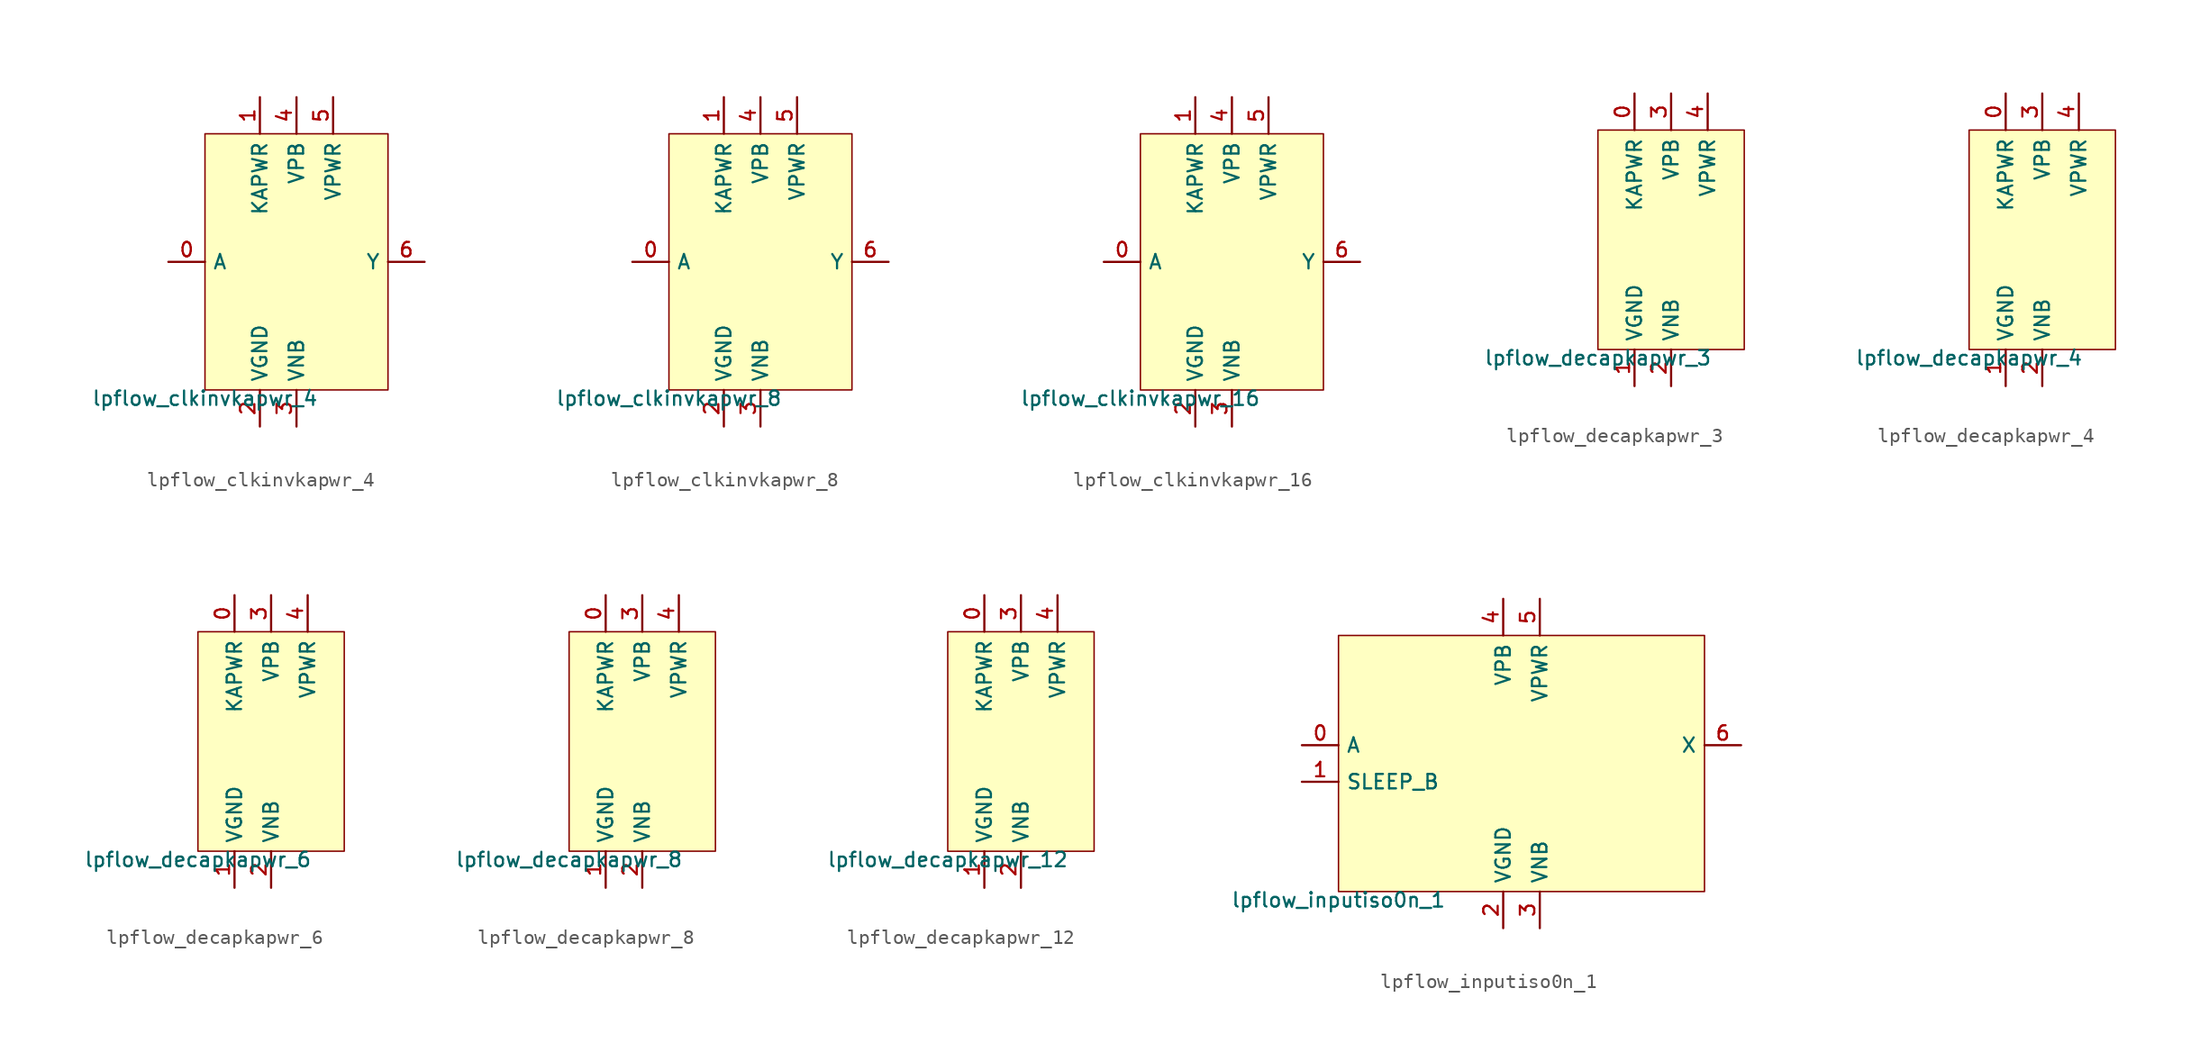
<source format=kicad_sym>
(kicad_symbol_lib
  (version 20211014)
  (generator pdk2kicad)
  (symbol "lpflow_clkinvkapwr_4"
    (property "Reference" "X"
      (at 0 0 0)
      (effects (font (size 1 1)) hide))
    (property "Value" "lpflow_clkinvkapwr_4"
      (at -6.35 -8.89 0)
      (effects (font (size 1 1)) (justify top)))
    (rectangle
      (start -6.35 -8.89)
      (end 6.35 8.89)
      (stroke (width 0.1) (type solid) (color 0 0 0 0))
      (fill (type background)))
    (pin input line
      (at -8.89 8.881784197001252e-16 0)
      (length 2.54)
      (name "A" (effects (font (size 1 1)) hide))
      (number "0" (effects (font (size 1 1)) hide)))
    (pin power_in line
      (at -2.54 11.43 270)
      (length 2.54)
      (name "KAPWR" (effects (font (size 1 1)) hide))
      (number "1" (effects (font (size 1 1)) hide)))
    (pin power_in line
      (at -2.54 -11.43 90)
      (length 2.54)
      (name "VGND" (effects (font (size 1 1)) hide))
      (number "2" (effects (font (size 1 1)) hide)))
    (pin power_in line
      (at 4.440892098500626e-16 -11.43 90)
      (length 2.54)
      (name "VNB" (effects (font (size 1 1)) hide))
      (number "3" (effects (font (size 1 1)) hide)))
    (pin power_in line
      (at 4.440892098500626e-16 11.43 270)
      (length 2.54)
      (name "VPB" (effects (font (size 1 1)) hide))
      (number "4" (effects (font (size 1 1)) hide)))
    (pin power_in line
      (at 2.54 11.43 270)
      (length 2.54)
      (name "VPWR" (effects (font (size 1 1)) hide))
      (number "5" (effects (font (size 1 1)) hide)))
    (pin output line
      (at 8.89 8.881784197001252e-16 180)
      (length 2.54)
      (name "Y" (effects (font (size 1 1)) hide))
      (number "6" (effects (font (size 1 1)) hide))))
  (symbol "lpflow_clkinvkapwr_8"
    (property "Reference" "X"
      (at 0 0 0)
      (effects (font (size 1 1)) hide))
    (property "Value" "lpflow_clkinvkapwr_8"
      (at -6.35 -8.89 0)
      (effects (font (size 1 1)) (justify top)))
    (rectangle
      (start -6.35 -8.89)
      (end 6.35 8.89)
      (stroke (width 0.1) (type solid) (color 0 0 0 0))
      (fill (type background)))
    (pin input line
      (at -8.89 8.881784197001252e-16 0)
      (length 2.54)
      (name "A" (effects (font (size 1 1)) hide))
      (number "0" (effects (font (size 1 1)) hide)))
    (pin power_in line
      (at -2.54 11.43 270)
      (length 2.54)
      (name "KAPWR" (effects (font (size 1 1)) hide))
      (number "1" (effects (font (size 1 1)) hide)))
    (pin power_in line
      (at -2.54 -11.43 90)
      (length 2.54)
      (name "VGND" (effects (font (size 1 1)) hide))
      (number "2" (effects (font (size 1 1)) hide)))
    (pin power_in line
      (at 4.440892098500626e-16 -11.43 90)
      (length 2.54)
      (name "VNB" (effects (font (size 1 1)) hide))
      (number "3" (effects (font (size 1 1)) hide)))
    (pin power_in line
      (at 4.440892098500626e-16 11.43 270)
      (length 2.54)
      (name "VPB" (effects (font (size 1 1)) hide))
      (number "4" (effects (font (size 1 1)) hide)))
    (pin power_in line
      (at 2.54 11.43 270)
      (length 2.54)
      (name "VPWR" (effects (font (size 1 1)) hide))
      (number "5" (effects (font (size 1 1)) hide)))
    (pin output line
      (at 8.89 8.881784197001252e-16 180)
      (length 2.54)
      (name "Y" (effects (font (size 1 1)) hide))
      (number "6" (effects (font (size 1 1)) hide))))
  (symbol "lpflow_clkinvkapwr_16"
    (property "Reference" "X"
      (at 0 0 0)
      (effects (font (size 1 1)) hide))
    (property "Value" "lpflow_clkinvkapwr_16"
      (at -6.35 -8.89 0)
      (effects (font (size 1 1)) (justify top)))
    (rectangle
      (start -6.35 -8.89)
      (end 6.35 8.89)
      (stroke (width 0.1) (type solid) (color 0 0 0 0))
      (fill (type background)))
    (pin input line
      (at -8.89 8.881784197001252e-16 0)
      (length 2.54)
      (name "A" (effects (font (size 1 1)) hide))
      (number "0" (effects (font (size 1 1)) hide)))
    (pin power_in line
      (at -2.54 11.43 270)
      (length 2.54)
      (name "KAPWR" (effects (font (size 1 1)) hide))
      (number "1" (effects (font (size 1 1)) hide)))
    (pin power_in line
      (at -2.54 -11.43 90)
      (length 2.54)
      (name "VGND" (effects (font (size 1 1)) hide))
      (number "2" (effects (font (size 1 1)) hide)))
    (pin power_in line
      (at 4.440892098500626e-16 -11.43 90)
      (length 2.54)
      (name "VNB" (effects (font (size 1 1)) hide))
      (number "3" (effects (font (size 1 1)) hide)))
    (pin power_in line
      (at 4.440892098500626e-16 11.43 270)
      (length 2.54)
      (name "VPB" (effects (font (size 1 1)) hide))
      (number "4" (effects (font (size 1 1)) hide)))
    (pin power_in line
      (at 2.54 11.43 270)
      (length 2.54)
      (name "VPWR" (effects (font (size 1 1)) hide))
      (number "5" (effects (font (size 1 1)) hide)))
    (pin output line
      (at 8.89 8.881784197001252e-16 180)
      (length 2.54)
      (name "Y" (effects (font (size 1 1)) hide))
      (number "6" (effects (font (size 1 1)) hide))))
  (symbol "lpflow_decapkapwr_3"
    (property "Reference" "X"
      (at 0 0 0)
      (effects (font (size 1 1)) hide))
    (property "Value" "lpflow_decapkapwr_3"
      (at -5.08 -7.62 0)
      (effects (font (size 1 1)) (justify top)))
    (rectangle
      (start -5.08 -7.62)
      (end 5.08 7.62)
      (stroke (width 0.1) (type solid) (color 0 0 0 0))
      (fill (type background)))
    (pin power_in line
      (at -2.54 10.16 270)
      (length 2.54)
      (name "KAPWR" (effects (font (size 1 1)) hide))
      (number "0" (effects (font (size 1 1)) hide)))
    (pin power_in line
      (at -2.54 -10.16 90)
      (length 2.54)
      (name "VGND" (effects (font (size 1 1)) hide))
      (number "1" (effects (font (size 1 1)) hide)))
    (pin power_in line
      (at 0.0 -10.16 90)
      (length 2.54)
      (name "VNB" (effects (font (size 1 1)) hide))
      (number "2" (effects (font (size 1 1)) hide)))
    (pin power_in line
      (at 0.0 10.16 270)
      (length 2.54)
      (name "VPB" (effects (font (size 1 1)) hide))
      (number "3" (effects (font (size 1 1)) hide)))
    (pin power_in line
      (at 2.54 10.16 270)
      (length 2.54)
      (name "VPWR" (effects (font (size 1 1)) hide))
      (number "4" (effects (font (size 1 1)) hide))))
  (symbol "lpflow_decapkapwr_4"
    (property "Reference" "X"
      (at 0 0 0)
      (effects (font (size 1 1)) hide))
    (property "Value" "lpflow_decapkapwr_4"
      (at -5.08 -7.62 0)
      (effects (font (size 1 1)) (justify top)))
    (rectangle
      (start -5.08 -7.62)
      (end 5.08 7.62)
      (stroke (width 0.1) (type solid) (color 0 0 0 0))
      (fill (type background)))
    (pin power_in line
      (at -2.54 10.16 270)
      (length 2.54)
      (name "KAPWR" (effects (font (size 1 1)) hide))
      (number "0" (effects (font (size 1 1)) hide)))
    (pin power_in line
      (at -2.54 -10.16 90)
      (length 2.54)
      (name "VGND" (effects (font (size 1 1)) hide))
      (number "1" (effects (font (size 1 1)) hide)))
    (pin power_in line
      (at 0.0 -10.16 90)
      (length 2.54)
      (name "VNB" (effects (font (size 1 1)) hide))
      (number "2" (effects (font (size 1 1)) hide)))
    (pin power_in line
      (at 0.0 10.16 270)
      (length 2.54)
      (name "VPB" (effects (font (size 1 1)) hide))
      (number "3" (effects (font (size 1 1)) hide)))
    (pin power_in line
      (at 2.54 10.16 270)
      (length 2.54)
      (name "VPWR" (effects (font (size 1 1)) hide))
      (number "4" (effects (font (size 1 1)) hide))))
  (symbol "lpflow_decapkapwr_6"
    (property "Reference" "X"
      (at 0 0 0)
      (effects (font (size 1 1)) hide))
    (property "Value" "lpflow_decapkapwr_6"
      (at -5.08 -7.62 0)
      (effects (font (size 1 1)) (justify top)))
    (rectangle
      (start -5.08 -7.62)
      (end 5.08 7.62)
      (stroke (width 0.1) (type solid) (color 0 0 0 0))
      (fill (type background)))
    (pin power_in line
      (at -2.54 10.16 270)
      (length 2.54)
      (name "KAPWR" (effects (font (size 1 1)) hide))
      (number "0" (effects (font (size 1 1)) hide)))
    (pin power_in line
      (at -2.54 -10.16 90)
      (length 2.54)
      (name "VGND" (effects (font (size 1 1)) hide))
      (number "1" (effects (font (size 1 1)) hide)))
    (pin power_in line
      (at 0.0 -10.16 90)
      (length 2.54)
      (name "VNB" (effects (font (size 1 1)) hide))
      (number "2" (effects (font (size 1 1)) hide)))
    (pin power_in line
      (at 0.0 10.16 270)
      (length 2.54)
      (name "VPB" (effects (font (size 1 1)) hide))
      (number "3" (effects (font (size 1 1)) hide)))
    (pin power_in line
      (at 2.54 10.16 270)
      (length 2.54)
      (name "VPWR" (effects (font (size 1 1)) hide))
      (number "4" (effects (font (size 1 1)) hide))))
  (symbol "lpflow_decapkapwr_8"
    (property "Reference" "X"
      (at 0 0 0)
      (effects (font (size 1 1)) hide))
    (property "Value" "lpflow_decapkapwr_8"
      (at -5.08 -7.62 0)
      (effects (font (size 1 1)) (justify top)))
    (rectangle
      (start -5.08 -7.62)
      (end 5.08 7.62)
      (stroke (width 0.1) (type solid) (color 0 0 0 0))
      (fill (type background)))
    (pin power_in line
      (at -2.54 10.16 270)
      (length 2.54)
      (name "KAPWR" (effects (font (size 1 1)) hide))
      (number "0" (effects (font (size 1 1)) hide)))
    (pin power_in line
      (at -2.54 -10.16 90)
      (length 2.54)
      (name "VGND" (effects (font (size 1 1)) hide))
      (number "1" (effects (font (size 1 1)) hide)))
    (pin power_in line
      (at 0.0 -10.16 90)
      (length 2.54)
      (name "VNB" (effects (font (size 1 1)) hide))
      (number "2" (effects (font (size 1 1)) hide)))
    (pin power_in line
      (at 0.0 10.16 270)
      (length 2.54)
      (name "VPB" (effects (font (size 1 1)) hide))
      (number "3" (effects (font (size 1 1)) hide)))
    (pin power_in line
      (at 2.54 10.16 270)
      (length 2.54)
      (name "VPWR" (effects (font (size 1 1)) hide))
      (number "4" (effects (font (size 1 1)) hide))))
  (symbol "lpflow_decapkapwr_12"
    (property "Reference" "X"
      (at 0 0 0)
      (effects (font (size 1 1)) hide))
    (property "Value" "lpflow_decapkapwr_12"
      (at -5.08 -7.62 0)
      (effects (font (size 1 1)) (justify top)))
    (rectangle
      (start -5.08 -7.62)
      (end 5.08 7.62)
      (stroke (width 0.1) (type solid) (color 0 0 0 0))
      (fill (type background)))
    (pin power_in line
      (at -2.54 10.16 270)
      (length 2.54)
      (name "KAPWR" (effects (font (size 1 1)) hide))
      (number "0" (effects (font (size 1 1)) hide)))
    (pin power_in line
      (at -2.54 -10.16 90)
      (length 2.54)
      (name "VGND" (effects (font (size 1 1)) hide))
      (number "1" (effects (font (size 1 1)) hide)))
    (pin power_in line
      (at 0.0 -10.16 90)
      (length 2.54)
      (name "VNB" (effects (font (size 1 1)) hide))
      (number "2" (effects (font (size 1 1)) hide)))
    (pin power_in line
      (at 0.0 10.16 270)
      (length 2.54)
      (name "VPB" (effects (font (size 1 1)) hide))
      (number "3" (effects (font (size 1 1)) hide)))
    (pin power_in line
      (at 2.54 10.16 270)
      (length 2.54)
      (name "VPWR" (effects (font (size 1 1)) hide))
      (number "4" (effects (font (size 1 1)) hide))))
  (symbol "lpflow_inputiso0n_1"
    (property "Reference" "X"
      (at 0 0 0)
      (effects (font (size 1 1)) hide))
    (property "Value" "lpflow_inputiso0n_1"
      (at -12.7 -8.89 0)
      (effects (font (size 1 1)) (justify top)))
    (rectangle
      (start -12.7 -8.89)
      (end 12.7 8.89)
      (stroke (width 0.1) (type solid) (color 0 0 0 0))
      (fill (type background)))
    (pin input line
      (at -15.24 1.27 0)
      (length 2.54)
      (name "A" (effects (font (size 1 1)) hide))
      (number "0" (effects (font (size 1 1)) hide)))
    (pin input line
      (at -15.24 -1.27 0)
      (length 2.54)
      (name "SLEEP_B" (effects (font (size 1 1)) hide))
      (number "1" (effects (font (size 1 1)) hide)))
    (pin power_in line
      (at -1.27 -11.43 90)
      (length 2.54)
      (name "VGND" (effects (font (size 1 1)) hide))
      (number "2" (effects (font (size 1 1)) hide)))
    (pin power_in line
      (at 1.27 -11.43 90)
      (length 2.54)
      (name "VNB" (effects (font (size 1 1)) hide))
      (number "3" (effects (font (size 1 1)) hide)))
    (pin power_in line
      (at -1.27 11.43 270)
      (length 2.54)
      (name "VPB" (effects (font (size 1 1)) hide))
      (number "4" (effects (font (size 1 1)) hide)))
    (pin power_in line
      (at 1.27 11.43 270)
      (length 2.54)
      (name "VPWR" (effects (font (size 1 1)) hide))
      (number "5" (effects (font (size 1 1)) hide)))
    (pin output line
      (at 15.24 1.27 180)
      (length 2.54)
      (name "X" (effects (font (size 1 1)) hide))
      (number "6" (effects (font (size 1 1)) hide)))))
</source>
